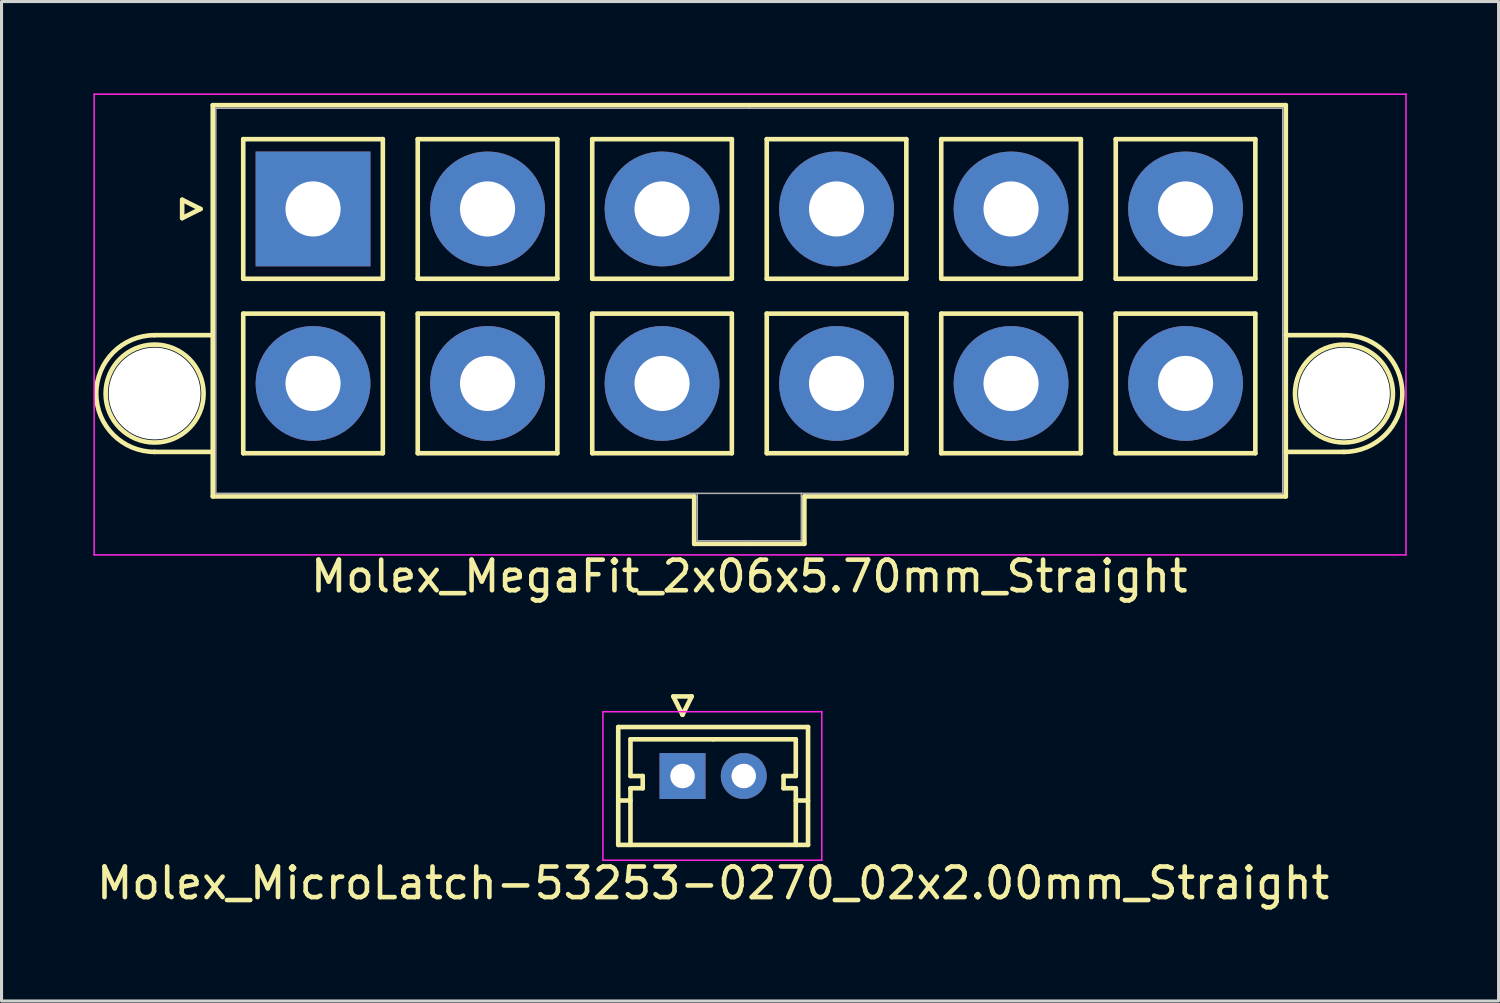
<source format=kicad_pcb>
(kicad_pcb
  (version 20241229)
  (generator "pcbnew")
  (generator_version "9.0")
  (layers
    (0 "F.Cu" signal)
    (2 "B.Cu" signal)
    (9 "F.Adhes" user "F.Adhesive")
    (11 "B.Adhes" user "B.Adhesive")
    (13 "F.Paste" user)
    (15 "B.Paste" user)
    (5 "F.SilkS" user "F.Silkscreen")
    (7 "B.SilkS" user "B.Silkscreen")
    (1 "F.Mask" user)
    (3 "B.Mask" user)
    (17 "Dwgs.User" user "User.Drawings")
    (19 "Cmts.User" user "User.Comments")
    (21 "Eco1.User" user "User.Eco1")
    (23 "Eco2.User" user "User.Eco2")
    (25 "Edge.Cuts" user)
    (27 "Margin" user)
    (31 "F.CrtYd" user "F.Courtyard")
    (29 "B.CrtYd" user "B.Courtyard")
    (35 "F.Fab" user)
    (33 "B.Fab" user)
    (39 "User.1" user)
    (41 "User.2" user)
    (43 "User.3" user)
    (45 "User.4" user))
  (footprint "Molex_MicroLatch-53253-0270_02x2.00mm_Straight"
    (layer "F.Cu")
    (at 19.244 22.298)
    (property "Reference" "Molex_MicroLatch-53253-0270_02x2.00mm_Straight" (at 1 3.5 0) (layer "F.SilkS") (effects (font (size 1 1) (thickness 0.15))))
    (attr through_hole)
    (fp_line (start -2.1 -1.6) (end -2.1 2.25) (stroke (width 0.15) (type solid)) (layer "F.SilkS"))
    (fp_line (start -2.1 0.8) (end -1.7 0.8) (stroke (width 0.15) (type solid)) (layer "F.SilkS"))
    (fp_line (start -2.1 2.25) (end 4.1 2.25) (stroke (width 0.15) (type solid)) (layer "F.SilkS"))
    (fp_line (start -1.7 -1.2) (end -1.7 0) (stroke (width 0.15) (type solid)) (layer "F.SilkS"))
    (fp_line (start -1.7 0) (end -1.3 0) (stroke (width 0.15) (type solid)) (layer "F.SilkS"))
    (fp_line (start -1.7 0.4) (end -1.7 2.25) (stroke (width 0.15) (type solid)) (layer "F.SilkS"))
    (fp_line (start -1.3 0) (end -1.3 0.4) (stroke (width 0.15) (type solid)) (layer "F.SilkS"))
    (fp_line (start -1.3 0.4) (end -1.7 0.4) (stroke (width 0.15) (type solid)) (layer "F.SilkS"))
    (fp_line (start -0.3 -2.6) (end 0.3 -2.6) (stroke (width 0.15) (type solid)) (layer "F.SilkS"))
    (fp_line (start 0 -2) (end -0.3 -2.6) (stroke (width 0.15) (type solid)) (layer "F.SilkS"))
    (fp_line (start 0.3 -2.6) (end 0 -2) (stroke (width 0.15) (type solid)) (layer "F.SilkS"))
    (fp_line (start 1 -1.2) (end -1.7 -1.2) (stroke (width 0.15) (type solid)) (layer "F.SilkS"))
    (fp_line (start 1 -1.2) (end 3.7 -1.2) (stroke (width 0.15) (type solid)) (layer "F.SilkS"))
    (fp_line (start 3.3 0) (end 3.3 0.4) (stroke (width 0.15) (type solid)) (layer "F.SilkS"))
    (fp_line (start 3.3 0.4) (end 3.7 0.4) (stroke (width 0.15) (type solid)) (layer "F.SilkS"))
    (fp_line (start 3.7 -1.2) (end 3.7 0) (stroke (width 0.15) (type solid)) (layer "F.SilkS"))
    (fp_line (start 3.7 0) (end 3.3 0) (stroke (width 0.15) (type solid)) (layer "F.SilkS"))
    (fp_line (start 3.7 0.4) (end 3.7 2.25) (stroke (width 0.15) (type solid)) (layer "F.SilkS"))
    (fp_line (start 4.1 -1.6) (end -2.1 -1.6) (stroke (width 0.15) (type solid)) (layer "F.SilkS"))
    (fp_line (start 4.1 0.8) (end 3.7 0.8) (stroke (width 0.15) (type solid)) (layer "F.SilkS"))
    (fp_line (start 4.1 2.25) (end 4.1 -1.6) (stroke (width 0.15) (type solid)) (layer "F.SilkS"))
    (fp_line (start -2.6 -2.1) (end -2.6 2.75) (stroke (width 0.05) (type solid)) (layer "F.CrtYd"))
    (fp_line (start -2.6 2.75) (end 4.55 2.75) (stroke (width 0.05) (type solid)) (layer "F.CrtYd"))
    (fp_line (start 4.55 -2.1) (end -2.6 -2.1) (stroke (width 0.05) (type solid)) (layer "F.CrtYd"))
    (fp_line (start 4.55 2.75) (end 4.55 -2.1) (stroke (width 0.05) (type solid)) (layer "F.CrtYd"))
    (pad "1" thru_hole rect (at 0 0) (size 1.5 1.5) (drill 0.8) (layers "*.Cu" "*.Mask"))
    (pad "2" thru_hole circle (at 2 0) (size 1.5 1.5) (drill 0.8) (layers "*.Cu" "*.Mask")))
  (footprint "Molex_MegaFit_2x06x5.70mm_Straight"
    (layer "F.Cu")
    (at 7.175 3.775)
    (property "Reference" "Molex_MegaFit_2x06x5.70mm_Straight" (at 14.25 12 0) (layer "F.SilkS") (effects (font (size 1 1) (thickness 0.15))))
    (attr through_hole)
    (fp_line (start -5.175 4.124) (end -3.275 4.124) (stroke (width 0.15) (type solid)) (layer "F.SilkS"))
    (fp_line (start -5.175 7.936) (end -3.275 7.936) (stroke (width 0.15) (type solid)) (layer "F.SilkS"))
    (fp_line (start -4.275 -0.3) (end -3.675 0) (stroke (width 0.15) (type solid)) (layer "F.SilkS"))
    (fp_line (start -4.275 0.3) (end -4.275 -0.3) (stroke (width 0.15) (type solid)) (layer "F.SilkS"))
    (fp_line (start -3.675 0) (end -4.275 0.3) (stroke (width 0.15) (type solid)) (layer "F.SilkS"))
    (fp_line (start -3.275 -3.39) (end -3.275 9.39) (stroke (width 0.15) (type solid)) (layer "F.SilkS"))
    (fp_line (start -3.275 9.39) (end 12.45 9.39) (stroke (width 0.15) (type solid)) (layer "F.SilkS"))
    (fp_line (start -2.28 -2.28) (end -2.28 2.28) (stroke (width 0.15) (type solid)) (layer "F.SilkS"))
    (fp_line (start -2.28 2.28) (end 2.28 2.28) (stroke (width 0.15) (type solid)) (layer "F.SilkS"))
    (fp_line (start -2.28 3.42) (end -2.28 7.98) (stroke (width 0.15) (type solid)) (layer "F.SilkS"))
    (fp_line (start -2.28 7.98) (end 2.28 7.98) (stroke (width 0.15) (type solid)) (layer "F.SilkS"))
    (fp_line (start 2.28 -2.28) (end -2.28 -2.28) (stroke (width 0.15) (type solid)) (layer "F.SilkS"))
    (fp_line (start 2.28 2.28) (end 2.28 -2.28) (stroke (width 0.15) (type solid)) (layer "F.SilkS"))
    (fp_line (start 2.28 3.42) (end -2.28 3.42) (stroke (width 0.15) (type solid)) (layer "F.SilkS"))
    (fp_line (start 2.28 7.98) (end 2.28 3.42) (stroke (width 0.15) (type solid)) (layer "F.SilkS"))
    (fp_line (start 3.42 -2.28) (end 3.42 2.28) (stroke (width 0.15) (type solid)) (layer "F.SilkS"))
    (fp_line (start 3.42 2.28) (end 7.98 2.28) (stroke (width 0.15) (type solid)) (layer "F.SilkS"))
    (fp_line (start 3.42 3.42) (end 3.42 7.98) (stroke (width 0.15) (type solid)) (layer "F.SilkS"))
    (fp_line (start 3.42 7.98) (end 7.98 7.98) (stroke (width 0.15) (type solid)) (layer "F.SilkS"))
    (fp_line (start 7.98 -2.28) (end 3.42 -2.28) (stroke (width 0.15) (type solid)) (layer "F.SilkS"))
    (fp_line (start 7.98 2.28) (end 7.98 -2.28) (stroke (width 0.15) (type solid)) (layer "F.SilkS"))
    (fp_line (start 7.98 3.42) (end 3.42 3.42) (stroke (width 0.15) (type solid)) (layer "F.SilkS"))
    (fp_line (start 7.98 7.98) (end 7.98 3.42) (stroke (width 0.15) (type solid)) (layer "F.SilkS"))
    (fp_line (start 9.12 -2.28) (end 9.12 2.28) (stroke (width 0.15) (type solid)) (layer "F.SilkS"))
    (fp_line (start 9.12 2.28) (end 13.68 2.28) (stroke (width 0.15) (type solid)) (layer "F.SilkS"))
    (fp_line (start 9.12 3.42) (end 9.12 7.98) (stroke (width 0.15) (type solid)) (layer "F.SilkS"))
    (fp_line (start 9.12 7.98) (end 13.68 7.98) (stroke (width 0.15) (type solid)) (layer "F.SilkS"))
    (fp_line (start 12.45 9.39) (end 12.45 10.94) (stroke (width 0.15) (type solid)) (layer "F.SilkS"))
    (fp_line (start 12.45 10.94) (end 14.25 10.94) (stroke (width 0.15) (type solid)) (layer "F.SilkS"))
    (fp_line (start 13.68 -2.28) (end 9.12 -2.28) (stroke (width 0.15) (type solid)) (layer "F.SilkS"))
    (fp_line (start 13.68 2.28) (end 13.68 -2.28) (stroke (width 0.15) (type solid)) (layer "F.SilkS"))
    (fp_line (start 13.68 3.42) (end 9.12 3.42) (stroke (width 0.15) (type solid)) (layer "F.SilkS"))
    (fp_line (start 13.68 7.98) (end 13.68 3.42) (stroke (width 0.15) (type solid)) (layer "F.SilkS"))
    (fp_line (start 14.25 -3.39) (end -3.275 -3.39) (stroke (width 0.15) (type solid)) (layer "F.SilkS"))
    (fp_line (start 14.25 -3.39) (end 31.775 -3.39) (stroke (width 0.15) (type solid)) (layer "F.SilkS"))
    (fp_line (start 14.82 -2.28) (end 14.82 2.28) (stroke (width 0.15) (type solid)) (layer "F.SilkS"))
    (fp_line (start 14.82 2.28) (end 19.38 2.28) (stroke (width 0.15) (type solid)) (layer "F.SilkS"))
    (fp_line (start 14.82 3.42) (end 14.82 7.98) (stroke (width 0.15) (type solid)) (layer "F.SilkS"))
    (fp_line (start 14.82 7.98) (end 19.38 7.98) (stroke (width 0.15) (type solid)) (layer "F.SilkS"))
    (fp_line (start 16.05 9.39) (end 16.05 10.94) (stroke (width 0.15) (type solid)) (layer "F.SilkS"))
    (fp_line (start 16.05 10.94) (end 14.25 10.94) (stroke (width 0.15) (type solid)) (layer "F.SilkS"))
    (fp_line (start 19.38 -2.28) (end 14.82 -2.28) (stroke (width 0.15) (type solid)) (layer "F.SilkS"))
    (fp_line (start 19.38 2.28) (end 19.38 -2.28) (stroke (width 0.15) (type solid)) (layer "F.SilkS"))
    (fp_line (start 19.38 3.42) (end 14.82 3.42) (stroke (width 0.15) (type solid)) (layer "F.SilkS"))
    (fp_line (start 19.38 7.98) (end 19.38 3.42) (stroke (width 0.15) (type solid)) (layer "F.SilkS"))
    (fp_line (start 20.52 -2.28) (end 20.52 2.28) (stroke (width 0.15) (type solid)) (layer "F.SilkS"))
    (fp_line (start 20.52 2.28) (end 25.08 2.28) (stroke (width 0.15) (type solid)) (layer "F.SilkS"))
    (fp_line (start 20.52 3.42) (end 20.52 7.98) (stroke (width 0.15) (type solid)) (layer "F.SilkS"))
    (fp_line (start 20.52 7.98) (end 25.08 7.98) (stroke (width 0.15) (type solid)) (layer "F.SilkS"))
    (fp_line (start 25.08 -2.28) (end 20.52 -2.28) (stroke (width 0.15) (type solid)) (layer "F.SilkS"))
    (fp_line (start 25.08 2.28) (end 25.08 -2.28) (stroke (width 0.15) (type solid)) (layer "F.SilkS"))
    (fp_line (start 25.08 3.42) (end 20.52 3.42) (stroke (width 0.15) (type solid)) (layer "F.SilkS"))
    (fp_line (start 25.08 7.98) (end 25.08 3.42) (stroke (width 0.15) (type solid)) (layer "F.SilkS"))
    (fp_line (start 26.22 -2.28) (end 26.22 2.28) (stroke (width 0.15) (type solid)) (layer "F.SilkS"))
    (fp_line (start 26.22 2.28) (end 30.78 2.28) (stroke (width 0.15) (type solid)) (layer "F.SilkS"))
    (fp_line (start 26.22 3.42) (end 26.22 7.98) (stroke (width 0.15) (type solid)) (layer "F.SilkS"))
    (fp_line (start 26.22 7.98) (end 30.78 7.98) (stroke (width 0.15) (type solid)) (layer "F.SilkS"))
    (fp_line (start 30.78 -2.28) (end 26.22 -2.28) (stroke (width 0.15) (type solid)) (layer "F.SilkS"))
    (fp_line (start 30.78 2.28) (end 30.78 -2.28) (stroke (width 0.15) (type solid)) (layer "F.SilkS"))
    (fp_line (start 30.78 3.42) (end 26.22 3.42) (stroke (width 0.15) (type solid)) (layer "F.SilkS"))
    (fp_line (start 30.78 7.98) (end 30.78 3.42) (stroke (width 0.15) (type solid)) (layer "F.SilkS"))
    (fp_line (start 31.775 -3.39) (end 31.775 9.39) (stroke (width 0.15) (type solid)) (layer "F.SilkS"))
    (fp_line (start 31.775 9.39) (end 16.05 9.39) (stroke (width 0.15) (type solid)) (layer "F.SilkS"))
    (fp_line (start 33.675 4.124) (end 31.775 4.124) (stroke (width 0.15) (type solid)) (layer "F.SilkS"))
    (fp_line (start 33.675 7.936) (end 31.775 7.936) (stroke (width 0.15) (type solid)) (layer "F.SilkS"))
    (fp_arc (start -5.175 7.93625) (mid -7.08125 6.03) (end -5.175 4.12375) (stroke (width 0.15) (type solid)) (layer "F.SilkS"))
    (fp_arc (start 33.675 4.12375) (mid 35.58125 6.03) (end 33.675 7.93625) (stroke (width 0.15) (type solid)) (layer "F.SilkS"))
    (fp_circle (center -5.175 6.03) (end -3.575 6.03) (stroke (width 0.15) (type solid)) (fill no) (layer "F.SilkS"))
    (fp_circle (center 33.675 6.03) (end 35.275 6.03) (stroke (width 0.15) (type solid)) (fill no) (layer "F.SilkS"))
    (fp_line (start -7.15 -3.75) (end -7.15 11.3) (stroke (width 0.05) (type solid)) (layer "F.CrtYd"))
    (fp_line (start -7.15 11.3) (end 35.7 11.3) (stroke (width 0.05) (type solid)) (layer "F.CrtYd"))
    (fp_line (start 35.7 -3.75) (end -7.15 -3.75) (stroke (width 0.05) (type solid)) (layer "F.CrtYd"))
    (fp_line (start 35.7 11.3) (end 35.7 -3.75) (stroke (width 0.05) (type solid)) (layer "F.CrtYd"))
    (fp_line (start -3.175 -3.29) (end -3.175 9.29) (stroke (width 0.05) (type solid)) (layer "F.Fab"))
    (fp_line (start -3.175 9.29) (end 31.675 9.29) (stroke (width 0.05) (type solid)) (layer "F.Fab"))
    (fp_line (start 12.55 9.29) (end 12.55 10.84) (stroke (width 0.05) (type solid)) (layer "F.Fab"))
    (fp_line (start 12.55 10.84) (end 15.95 10.84) (stroke (width 0.05) (type solid)) (layer "F.Fab"))
    (fp_line (start 15.95 10.84) (end 15.95 9.29) (stroke (width 0.05) (type solid)) (layer "F.Fab"))
    (fp_line (start 31.675 -3.29) (end -3.175 -3.29) (stroke (width 0.05) (type solid)) (layer "F.Fab"))
    (fp_line (start 31.675 9.29) (end 31.675 -3.29) (stroke (width 0.05) (type solid)) (layer "F.Fab"))
    (pad "" np_thru_hole circle (at -5.175 6.03) (size 3 3) (drill 3) (layers "*.Cu"))
    (pad "" np_thru_hole circle (at 33.675 6.03) (size 3 3) (drill 3) (layers "*.Cu"))
    (pad "1" thru_hole rect (at 0 0) (size 3.75 3.75) (drill 1.8) (layers "*.Cu" "*.Mask"))
    (pad "2" thru_hole circle (at 5.7 0) (size 3.75 3.75) (drill 1.8) (layers "*.Cu" "*.Mask"))
    (pad "3" thru_hole circle (at 11.4 0) (size 3.75 3.75) (drill 1.8) (layers "*.Cu" "*.Mask"))
    (pad "4" thru_hole circle (at 17.1 0) (size 3.75 3.75) (drill 1.8) (layers "*.Cu" "*.Mask"))
    (pad "5" thru_hole circle (at 22.8 0) (size 3.75 3.75) (drill 1.8) (layers "*.Cu" "*.Mask"))
    (pad "6" thru_hole circle (at 28.5 0) (size 3.75 3.75) (drill 1.8) (layers "*.Cu" "*.Mask"))
    (pad "7" thru_hole circle (at 0 5.7) (size 3.75 3.75) (drill 1.8) (layers "*.Cu" "*.Mask"))
    (pad "8" thru_hole circle (at 5.7 5.7) (size 3.75 3.75) (drill 1.8) (layers "*.Cu" "*.Mask"))
    (pad "9" thru_hole circle (at 11.4 5.7) (size 3.75 3.75) (drill 1.8) (layers "*.Cu" "*.Mask"))
    (pad "10" thru_hole circle (at 17.1 5.7) (size 3.75 3.75) (drill 1.8) (layers "*.Cu" "*.Mask"))
    (pad "11" thru_hole circle (at 22.8 5.7) (size 3.75 3.75) (drill 1.8) (layers "*.Cu" "*.Mask"))
    (pad "12" thru_hole circle (at 28.5 5.7) (size 3.75 3.75) (drill 1.8) (layers "*.Cu" "*.Mask")))
  (gr_rect
    (start -3 -3)
    (end 45.9 29.646)
    (stroke (width 0.1) (type default))
    (fill no)
    (layer "Edge.Cuts")))
</source>
